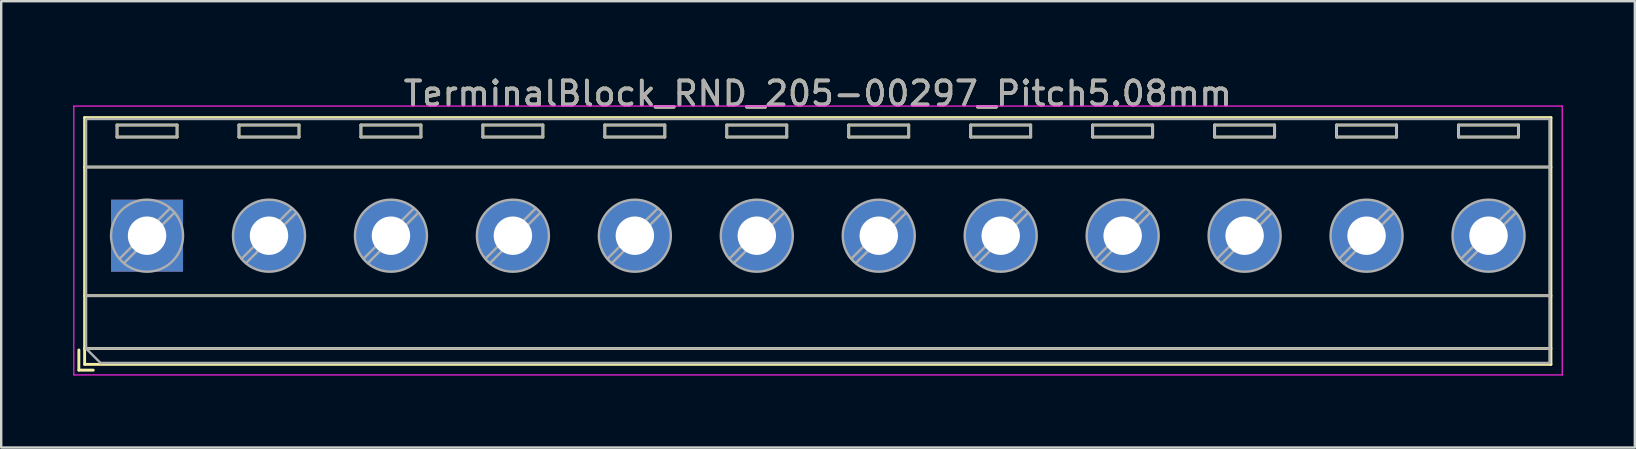
<source format=kicad_pcb>
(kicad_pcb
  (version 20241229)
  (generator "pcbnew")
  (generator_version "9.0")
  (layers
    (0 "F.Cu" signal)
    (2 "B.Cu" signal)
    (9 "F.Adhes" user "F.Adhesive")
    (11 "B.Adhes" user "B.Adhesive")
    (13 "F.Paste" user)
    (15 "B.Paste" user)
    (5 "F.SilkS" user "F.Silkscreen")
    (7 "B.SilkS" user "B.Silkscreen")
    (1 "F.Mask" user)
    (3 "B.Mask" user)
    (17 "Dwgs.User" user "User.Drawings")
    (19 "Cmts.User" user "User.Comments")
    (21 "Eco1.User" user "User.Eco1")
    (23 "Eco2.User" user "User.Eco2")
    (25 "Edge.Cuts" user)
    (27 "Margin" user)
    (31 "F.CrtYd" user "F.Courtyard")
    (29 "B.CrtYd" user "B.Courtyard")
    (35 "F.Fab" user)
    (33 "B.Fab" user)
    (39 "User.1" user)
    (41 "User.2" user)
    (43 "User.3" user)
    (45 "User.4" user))
  (footprint "TerminalBlock_RND_205-00297_Pitch5.08mm"
    (layer "F.Cu")
    (at 3.075 6.768)
    (property "Reference" "TerminalBlock_RND_205-00297_Pitch5.08mm" (at 27.94 -5.92 0) (layer "F.SilkS") (effects (font (size 1 1) (thickness 0.15))))
    (attr through_hole)
    (fp_line (start -2.84 4.76) (end -2.84 5.6) (stroke (width 0.12) (type solid)) (layer "F.SilkS"))
    (fp_line (start -2.84 5.6) (end -2.24 5.6) (stroke (width 0.12) (type solid)) (layer "F.SilkS"))
    (fp_line (start -2.6 -4.92) (end -2.6 5.36) (stroke (width 0.12) (type solid)) (layer "F.SilkS"))
    (fp_line (start -2.6 -2.86) (end 58.48 -2.86) (stroke (width 0.12) (type solid)) (layer "F.SilkS"))
    (fp_line (start -2.6 2.5) (end 58.48 2.5) (stroke (width 0.12) (type solid)) (layer "F.SilkS"))
    (fp_line (start -2.6 4.7) (end 58.48 4.7) (stroke (width 0.12) (type solid)) (layer "F.SilkS"))
    (fp_line (start -2.6 5.36) (end 58.48 5.36) (stroke (width 0.12) (type solid)) (layer "F.SilkS"))
    (fp_line (start -1.25 -4.61) (end -1.25 -4.11) (stroke (width 0.12) (type solid)) (layer "F.SilkS"))
    (fp_line (start -1.25 -4.61) (end 1.25 -4.61) (stroke (width 0.12) (type solid)) (layer "F.SilkS"))
    (fp_line (start -1.25 -4.11) (end 1.25 -4.11) (stroke (width 0.12) (type solid)) (layer "F.SilkS"))
    (fp_line (start 1.25 -4.61) (end 1.25 -4.11) (stroke (width 0.12) (type solid)) (layer "F.SilkS"))
    (fp_line (start 3.83 -4.61) (end 3.83 -4.11) (stroke (width 0.12) (type solid)) (layer "F.SilkS"))
    (fp_line (start 3.83 -4.61) (end 6.33 -4.61) (stroke (width 0.12) (type solid)) (layer "F.SilkS"))
    (fp_line (start 3.83 -4.11) (end 6.33 -4.11) (stroke (width 0.12) (type solid)) (layer "F.SilkS"))
    (fp_line (start 6.33 -4.61) (end 6.33 -4.11) (stroke (width 0.12) (type solid)) (layer "F.SilkS"))
    (fp_line (start 8.91 -4.61) (end 8.91 -4.11) (stroke (width 0.12) (type solid)) (layer "F.SilkS"))
    (fp_line (start 8.91 -4.61) (end 11.41 -4.61) (stroke (width 0.12) (type solid)) (layer "F.SilkS"))
    (fp_line (start 8.91 -4.11) (end 11.41 -4.11) (stroke (width 0.12) (type solid)) (layer "F.SilkS"))
    (fp_line (start 11.41 -4.61) (end 11.41 -4.11) (stroke (width 0.12) (type solid)) (layer "F.SilkS"))
    (fp_line (start 13.99 -4.61) (end 13.99 -4.11) (stroke (width 0.12) (type solid)) (layer "F.SilkS"))
    (fp_line (start 13.99 -4.61) (end 16.49 -4.61) (stroke (width 0.12) (type solid)) (layer "F.SilkS"))
    (fp_line (start 13.99 -4.11) (end 16.49 -4.11) (stroke (width 0.12) (type solid)) (layer "F.SilkS"))
    (fp_line (start 16.49 -4.61) (end 16.49 -4.11) (stroke (width 0.12) (type solid)) (layer "F.SilkS"))
    (fp_line (start 19.07 -4.61) (end 19.07 -4.11) (stroke (width 0.12) (type solid)) (layer "F.SilkS"))
    (fp_line (start 19.07 -4.61) (end 21.57 -4.61) (stroke (width 0.12) (type solid)) (layer "F.SilkS"))
    (fp_line (start 19.07 -4.11) (end 21.57 -4.11) (stroke (width 0.12) (type solid)) (layer "F.SilkS"))
    (fp_line (start 21.57 -4.61) (end 21.57 -4.11) (stroke (width 0.12) (type solid)) (layer "F.SilkS"))
    (fp_line (start 24.15 -4.61) (end 24.15 -4.11) (stroke (width 0.12) (type solid)) (layer "F.SilkS"))
    (fp_line (start 24.15 -4.61) (end 26.65 -4.61) (stroke (width 0.12) (type solid)) (layer "F.SilkS"))
    (fp_line (start 24.15 -4.11) (end 26.65 -4.11) (stroke (width 0.12) (type solid)) (layer "F.SilkS"))
    (fp_line (start 26.65 -4.61) (end 26.65 -4.11) (stroke (width 0.12) (type solid)) (layer "F.SilkS"))
    (fp_line (start 29.23 -4.61) (end 29.23 -4.11) (stroke (width 0.12) (type solid)) (layer "F.SilkS"))
    (fp_line (start 29.23 -4.61) (end 31.73 -4.61) (stroke (width 0.12) (type solid)) (layer "F.SilkS"))
    (fp_line (start 29.23 -4.11) (end 31.73 -4.11) (stroke (width 0.12) (type solid)) (layer "F.SilkS"))
    (fp_line (start 31.73 -4.61) (end 31.73 -4.11) (stroke (width 0.12) (type solid)) (layer "F.SilkS"))
    (fp_line (start 34.31 -4.61) (end 34.31 -4.11) (stroke (width 0.12) (type solid)) (layer "F.SilkS"))
    (fp_line (start 34.31 -4.61) (end 36.81 -4.61) (stroke (width 0.12) (type solid)) (layer "F.SilkS"))
    (fp_line (start 34.31 -4.11) (end 36.81 -4.11) (stroke (width 0.12) (type solid)) (layer "F.SilkS"))
    (fp_line (start 36.81 -4.61) (end 36.81 -4.11) (stroke (width 0.12) (type solid)) (layer "F.SilkS"))
    (fp_line (start 39.39 -4.61) (end 39.39 -4.11) (stroke (width 0.12) (type solid)) (layer "F.SilkS"))
    (fp_line (start 39.39 -4.61) (end 41.89 -4.61) (stroke (width 0.12) (type solid)) (layer "F.SilkS"))
    (fp_line (start 39.39 -4.11) (end 41.89 -4.11) (stroke (width 0.12) (type solid)) (layer "F.SilkS"))
    (fp_line (start 41.89 -4.61) (end 41.89 -4.11) (stroke (width 0.12) (type solid)) (layer "F.SilkS"))
    (fp_line (start 44.47 -4.61) (end 44.47 -4.11) (stroke (width 0.12) (type solid)) (layer "F.SilkS"))
    (fp_line (start 44.47 -4.61) (end 46.97 -4.61) (stroke (width 0.12) (type solid)) (layer "F.SilkS"))
    (fp_line (start 44.47 -4.11) (end 46.97 -4.11) (stroke (width 0.12) (type solid)) (layer "F.SilkS"))
    (fp_line (start 46.97 -4.61) (end 46.97 -4.11) (stroke (width 0.12) (type solid)) (layer "F.SilkS"))
    (fp_line (start 49.55 -4.61) (end 49.55 -4.11) (stroke (width 0.12) (type solid)) (layer "F.SilkS"))
    (fp_line (start 49.55 -4.61) (end 52.05 -4.61) (stroke (width 0.12) (type solid)) (layer "F.SilkS"))
    (fp_line (start 49.55 -4.11) (end 52.05 -4.11) (stroke (width 0.12) (type solid)) (layer "F.SilkS"))
    (fp_line (start 52.05 -4.61) (end 52.05 -4.11) (stroke (width 0.12) (type solid)) (layer "F.SilkS"))
    (fp_line (start 54.63 -4.61) (end 54.63 -4.11) (stroke (width 0.12) (type solid)) (layer "F.SilkS"))
    (fp_line (start 54.63 -4.61) (end 57.13 -4.61) (stroke (width 0.12) (type solid)) (layer "F.SilkS"))
    (fp_line (start 54.63 -4.11) (end 57.13 -4.11) (stroke (width 0.12) (type solid)) (layer "F.SilkS"))
    (fp_line (start 57.13 -4.61) (end 57.13 -4.11) (stroke (width 0.12) (type solid)) (layer "F.SilkS"))
    (fp_line (start 58.48 -4.92) (end -2.6 -4.92) (stroke (width 0.12) (type solid)) (layer "F.SilkS"))
    (fp_line (start 58.48 5.36) (end 58.48 -4.92) (stroke (width 0.12) (type solid)) (layer "F.SilkS"))
    (fp_line (start -3.05 -5.4) (end -3.05 5.8) (stroke (width 0.05) (type solid)) (layer "F.CrtYd"))
    (fp_line (start -3.05 5.8) (end 58.95 5.8) (stroke (width 0.05) (type solid)) (layer "F.CrtYd"))
    (fp_line (start 58.95 -5.4) (end -3.05 -5.4) (stroke (width 0.05) (type solid)) (layer "F.CrtYd"))
    (fp_line (start 58.95 5.8) (end 58.95 -5.4) (stroke (width 0.05) (type solid)) (layer "F.CrtYd"))
    (fp_line (start -2.54 -4.86) (end 58.42 -4.86) (stroke (width 0.1) (type solid)) (layer "F.Fab"))
    (fp_line (start -2.54 -2.86) (end 58.42 -2.86) (stroke (width 0.1) (type solid)) (layer "F.Fab"))
    (fp_line (start -2.54 2.5) (end 58.42 2.5) (stroke (width 0.1) (type solid)) (layer "F.Fab"))
    (fp_line (start -2.54 4.7) (end -2.54 -4.86) (stroke (width 0.1) (type solid)) (layer "F.Fab"))
    (fp_line (start -2.54 4.7) (end 58.42 4.7) (stroke (width 0.1) (type solid)) (layer "F.Fab"))
    (fp_line (start -1.94 5.3) (end -2.54 4.7) (stroke (width 0.1) (type solid)) (layer "F.Fab"))
    (fp_line (start -1.25 -4.61) (end -1.25 -4.11) (stroke (width 0.1) (type solid)) (layer "F.Fab"))
    (fp_line (start -1.25 -4.11) (end 1.25 -4.11) (stroke (width 0.1) (type solid)) (layer "F.Fab"))
    (fp_line (start 0.955 -1.138) (end -1.138 0.955) (stroke (width 0.1) (type solid)) (layer "F.Fab"))
    (fp_line (start 1.138 -0.955) (end -0.955 1.138) (stroke (width 0.1) (type solid)) (layer "F.Fab"))
    (fp_line (start 1.25 -4.61) (end -1.25 -4.61) (stroke (width 0.1) (type solid)) (layer "F.Fab"))
    (fp_line (start 1.25 -4.11) (end 1.25 -4.61) (stroke (width 0.1) (type solid)) (layer "F.Fab"))
    (fp_line (start 3.83 -4.61) (end 3.83 -4.11) (stroke (width 0.1) (type solid)) (layer "F.Fab"))
    (fp_line (start 3.83 -4.11) (end 6.33 -4.11) (stroke (width 0.1) (type solid)) (layer "F.Fab"))
    (fp_line (start 6.035 -1.138) (end 3.943 0.955) (stroke (width 0.1) (type solid)) (layer "F.Fab"))
    (fp_line (start 6.218 -0.955) (end 4.126 1.138) (stroke (width 0.1) (type solid)) (layer "F.Fab"))
    (fp_line (start 6.33 -4.61) (end 3.83 -4.61) (stroke (width 0.1) (type solid)) (layer "F.Fab"))
    (fp_line (start 6.33 -4.11) (end 6.33 -4.61) (stroke (width 0.1) (type solid)) (layer "F.Fab"))
    (fp_line (start 8.91 -4.61) (end 8.91 -4.11) (stroke (width 0.1) (type solid)) (layer "F.Fab"))
    (fp_line (start 8.91 -4.11) (end 11.41 -4.11) (stroke (width 0.1) (type solid)) (layer "F.Fab"))
    (fp_line (start 11.115 -1.138) (end 9.023 0.955) (stroke (width 0.1) (type solid)) (layer "F.Fab"))
    (fp_line (start 11.298 -0.955) (end 9.206 1.138) (stroke (width 0.1) (type solid)) (layer "F.Fab"))
    (fp_line (start 11.41 -4.61) (end 8.91 -4.61) (stroke (width 0.1) (type solid)) (layer "F.Fab"))
    (fp_line (start 11.41 -4.11) (end 11.41 -4.61) (stroke (width 0.1) (type solid)) (layer "F.Fab"))
    (fp_line (start 13.99 -4.61) (end 13.99 -4.11) (stroke (width 0.1) (type solid)) (layer "F.Fab"))
    (fp_line (start 13.99 -4.11) (end 16.49 -4.11) (stroke (width 0.1) (type solid)) (layer "F.Fab"))
    (fp_line (start 16.195 -1.138) (end 14.103 0.955) (stroke (width 0.1) (type solid)) (layer "F.Fab"))
    (fp_line (start 16.378 -0.955) (end 14.286 1.138) (stroke (width 0.1) (type solid)) (layer "F.Fab"))
    (fp_line (start 16.49 -4.61) (end 13.99 -4.61) (stroke (width 0.1) (type solid)) (layer "F.Fab"))
    (fp_line (start 16.49 -4.11) (end 16.49 -4.61) (stroke (width 0.1) (type solid)) (layer "F.Fab"))
    (fp_line (start 19.07 -4.61) (end 19.07 -4.11) (stroke (width 0.1) (type solid)) (layer "F.Fab"))
    (fp_line (start 19.07 -4.11) (end 21.57 -4.11) (stroke (width 0.1) (type solid)) (layer "F.Fab"))
    (fp_line (start 21.275 -1.138) (end 19.183 0.955) (stroke (width 0.1) (type solid)) (layer "F.Fab"))
    (fp_line (start 21.458 -0.955) (end 19.366 1.138) (stroke (width 0.1) (type solid)) (layer "F.Fab"))
    (fp_line (start 21.57 -4.61) (end 19.07 -4.61) (stroke (width 0.1) (type solid)) (layer "F.Fab"))
    (fp_line (start 21.57 -4.11) (end 21.57 -4.61) (stroke (width 0.1) (type solid)) (layer "F.Fab"))
    (fp_line (start 24.15 -4.61) (end 24.15 -4.11) (stroke (width 0.1) (type solid)) (layer "F.Fab"))
    (fp_line (start 24.15 -4.11) (end 26.65 -4.11) (stroke (width 0.1) (type solid)) (layer "F.Fab"))
    (fp_line (start 26.355 -1.138) (end 24.263 0.955) (stroke (width 0.1) (type solid)) (layer "F.Fab"))
    (fp_line (start 26.538 -0.955) (end 24.446 1.138) (stroke (width 0.1) (type solid)) (layer "F.Fab"))
    (fp_line (start 26.65 -4.61) (end 24.15 -4.61) (stroke (width 0.1) (type solid)) (layer "F.Fab"))
    (fp_line (start 26.65 -4.11) (end 26.65 -4.61) (stroke (width 0.1) (type solid)) (layer "F.Fab"))
    (fp_line (start 29.23 -4.61) (end 29.23 -4.11) (stroke (width 0.1) (type solid)) (layer "F.Fab"))
    (fp_line (start 29.23 -4.11) (end 31.73 -4.11) (stroke (width 0.1) (type solid)) (layer "F.Fab"))
    (fp_line (start 31.435 -1.138) (end 29.343 0.955) (stroke (width 0.1) (type solid)) (layer "F.Fab"))
    (fp_line (start 31.618 -0.955) (end 29.526 1.138) (stroke (width 0.1) (type solid)) (layer "F.Fab"))
    (fp_line (start 31.73 -4.61) (end 29.23 -4.61) (stroke (width 0.1) (type solid)) (layer "F.Fab"))
    (fp_line (start 31.73 -4.11) (end 31.73 -4.61) (stroke (width 0.1) (type solid)) (layer "F.Fab"))
    (fp_line (start 34.31 -4.61) (end 34.31 -4.11) (stroke (width 0.1) (type solid)) (layer "F.Fab"))
    (fp_line (start 34.31 -4.11) (end 36.81 -4.11) (stroke (width 0.1) (type solid)) (layer "F.Fab"))
    (fp_line (start 36.515 -1.138) (end 34.423 0.955) (stroke (width 0.1) (type solid)) (layer "F.Fab"))
    (fp_line (start 36.698 -0.955) (end 34.606 1.138) (stroke (width 0.1) (type solid)) (layer "F.Fab"))
    (fp_line (start 36.81 -4.61) (end 34.31 -4.61) (stroke (width 0.1) (type solid)) (layer "F.Fab"))
    (fp_line (start 36.81 -4.11) (end 36.81 -4.61) (stroke (width 0.1) (type solid)) (layer "F.Fab"))
    (fp_line (start 39.39 -4.61) (end 39.39 -4.11) (stroke (width 0.1) (type solid)) (layer "F.Fab"))
    (fp_line (start 39.39 -4.11) (end 41.89 -4.11) (stroke (width 0.1) (type solid)) (layer "F.Fab"))
    (fp_line (start 41.595 -1.138) (end 39.503 0.955) (stroke (width 0.1) (type solid)) (layer "F.Fab"))
    (fp_line (start 41.778 -0.955) (end 39.686 1.138) (stroke (width 0.1) (type solid)) (layer "F.Fab"))
    (fp_line (start 41.89 -4.61) (end 39.39 -4.61) (stroke (width 0.1) (type solid)) (layer "F.Fab"))
    (fp_line (start 41.89 -4.11) (end 41.89 -4.61) (stroke (width 0.1) (type solid)) (layer "F.Fab"))
    (fp_line (start 44.47 -4.61) (end 44.47 -4.11) (stroke (width 0.1) (type solid)) (layer "F.Fab"))
    (fp_line (start 44.47 -4.11) (end 46.97 -4.11) (stroke (width 0.1) (type solid)) (layer "F.Fab"))
    (fp_line (start 46.675 -1.138) (end 44.583 0.955) (stroke (width 0.1) (type solid)) (layer "F.Fab"))
    (fp_line (start 46.858 -0.955) (end 44.766 1.138) (stroke (width 0.1) (type solid)) (layer "F.Fab"))
    (fp_line (start 46.97 -4.61) (end 44.47 -4.61) (stroke (width 0.1) (type solid)) (layer "F.Fab"))
    (fp_line (start 46.97 -4.11) (end 46.97 -4.61) (stroke (width 0.1) (type solid)) (layer "F.Fab"))
    (fp_line (start 49.55 -4.61) (end 49.55 -4.11) (stroke (width 0.1) (type solid)) (layer "F.Fab"))
    (fp_line (start 49.55 -4.11) (end 52.05 -4.11) (stroke (width 0.1) (type solid)) (layer "F.Fab"))
    (fp_line (start 51.755 -1.138) (end 49.663 0.955) (stroke (width 0.1) (type solid)) (layer "F.Fab"))
    (fp_line (start 51.938 -0.955) (end 49.846 1.138) (stroke (width 0.1) (type solid)) (layer "F.Fab"))
    (fp_line (start 52.05 -4.61) (end 49.55 -4.61) (stroke (width 0.1) (type solid)) (layer "F.Fab"))
    (fp_line (start 52.05 -4.11) (end 52.05 -4.61) (stroke (width 0.1) (type solid)) (layer "F.Fab"))
    (fp_line (start 54.63 -4.61) (end 54.63 -4.11) (stroke (width 0.1) (type solid)) (layer "F.Fab"))
    (fp_line (start 54.63 -4.11) (end 57.13 -4.11) (stroke (width 0.1) (type solid)) (layer "F.Fab"))
    (fp_line (start 56.835 -1.138) (end 54.743 0.955) (stroke (width 0.1) (type solid)) (layer "F.Fab"))
    (fp_line (start 57.018 -0.955) (end 54.926 1.138) (stroke (width 0.1) (type solid)) (layer "F.Fab"))
    (fp_line (start 57.13 -4.61) (end 54.63 -4.61) (stroke (width 0.1) (type solid)) (layer "F.Fab"))
    (fp_line (start 57.13 -4.11) (end 57.13 -4.61) (stroke (width 0.1) (type solid)) (layer "F.Fab"))
    (fp_line (start 58.42 -4.86) (end 58.42 5.3) (stroke (width 0.1) (type solid)) (layer "F.Fab"))
    (fp_line (start 58.42 5.3) (end -1.94 5.3) (stroke (width 0.1) (type solid)) (layer "F.Fab"))
    (fp_circle (center 0 0) (end 1.5 0) (stroke (width 0.1) (type solid)) (fill no) (layer "F.Fab"))
    (fp_circle (center 5.08 0) (end 6.58 0) (stroke (width 0.1) (type solid)) (fill no) (layer "F.Fab"))
    (fp_circle (center 10.16 0) (end 11.66 0) (stroke (width 0.1) (type solid)) (fill no) (layer "F.Fab"))
    (fp_circle (center 15.24 0) (end 16.74 0) (stroke (width 0.1) (type solid)) (fill no) (layer "F.Fab"))
    (fp_circle (center 20.32 0) (end 21.82 0) (stroke (width 0.1) (type solid)) (fill no) (layer "F.Fab"))
    (fp_circle (center 25.4 0) (end 26.9 0) (stroke (width 0.1) (type solid)) (fill no) (layer "F.Fab"))
    (fp_circle (center 30.48 0) (end 31.98 0) (stroke (width 0.1) (type solid)) (fill no) (layer "F.Fab"))
    (fp_circle (center 35.56 0) (end 37.06 0) (stroke (width 0.1) (type solid)) (fill no) (layer "F.Fab"))
    (fp_circle (center 40.64 0) (end 42.14 0) (stroke (width 0.1) (type solid)) (fill no) (layer "F.Fab"))
    (fp_circle (center 45.72 0) (end 47.22 0) (stroke (width 0.1) (type solid)) (fill no) (layer "F.Fab"))
    (fp_circle (center 50.8 0) (end 52.3 0) (stroke (width 0.1) (type solid)) (fill no) (layer "F.Fab"))
    (fp_circle (center 55.88 0) (end 57.38 0) (stroke (width 0.1) (type solid)) (fill no) (layer "F.Fab"))
    (fp_text user "${REFERENCE}" (at 27.94 -5.92 0) (layer "F.Fab") (effects (font (size 1 1) (thickness 0.15))))
    (pad "1" thru_hole rect (at 0 0) (size 3 3) (drill 1.6) (layers "*.Cu" "*.Mask"))
    (pad "2" thru_hole circle (at 5.08 0) (size 3 3) (drill 1.6) (layers "*.Cu" "*.Mask"))
    (pad "3" thru_hole circle (at 10.16 0) (size 3 3) (drill 1.6) (layers "*.Cu" "*.Mask"))
    (pad "4" thru_hole circle (at 15.24 0) (size 3 3) (drill 1.6) (layers "*.Cu" "*.Mask"))
    (pad "5" thru_hole circle (at 20.32 0) (size 3 3) (drill 1.6) (layers "*.Cu" "*.Mask"))
    (pad "6" thru_hole circle (at 25.4 0) (size 3 3) (drill 1.6) (layers "*.Cu" "*.Mask"))
    (pad "7" thru_hole circle (at 30.48 0) (size 3 3) (drill 1.6) (layers "*.Cu" "*.Mask"))
    (pad "8" thru_hole circle (at 35.56 0) (size 3 3) (drill 1.6) (layers "*.Cu" "*.Mask"))
    (pad "9" thru_hole circle (at 40.64 0) (size 3 3) (drill 1.6) (layers "*.Cu" "*.Mask"))
    (pad "10" thru_hole circle (at 45.72 0) (size 3 3) (drill 1.6) (layers "*.Cu" "*.Mask"))
    (pad "11" thru_hole circle (at 50.8 0) (size 3 3) (drill 1.6) (layers "*.Cu" "*.Mask"))
    (pad "12" thru_hole circle (at 55.88 0) (size 3 3) (drill 1.6) (layers "*.Cu" "*.Mask")))
  (gr_rect
    (start -3 -3)
    (end 65.05 15.593)
    (stroke (width 0.1) (type default))
    (fill no)
    (layer "Edge.Cuts")))
</source>
